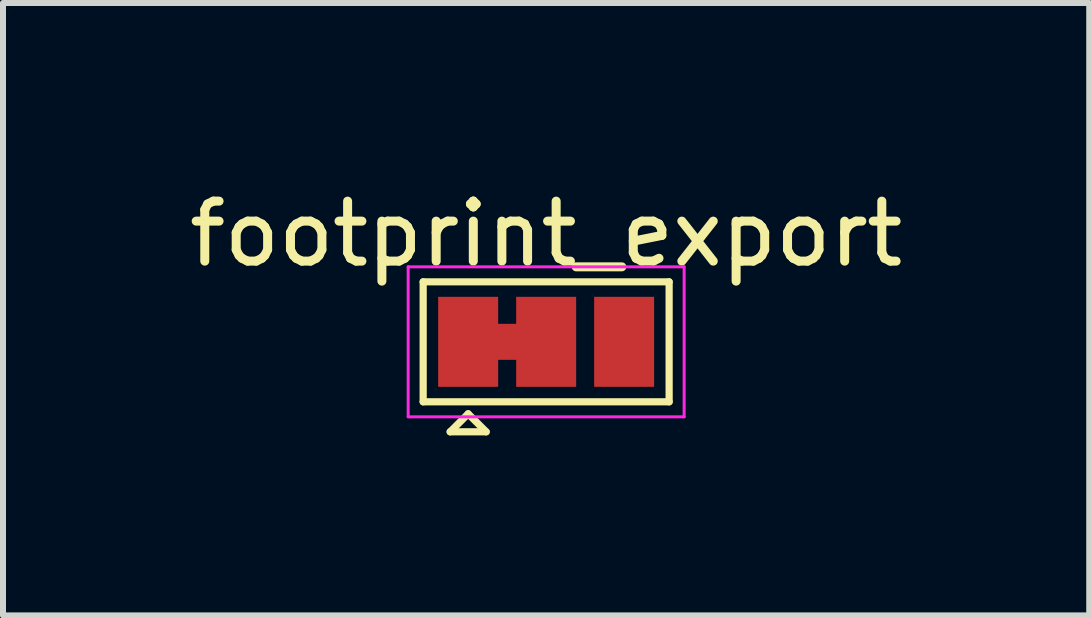
<source format=kicad_pcb>
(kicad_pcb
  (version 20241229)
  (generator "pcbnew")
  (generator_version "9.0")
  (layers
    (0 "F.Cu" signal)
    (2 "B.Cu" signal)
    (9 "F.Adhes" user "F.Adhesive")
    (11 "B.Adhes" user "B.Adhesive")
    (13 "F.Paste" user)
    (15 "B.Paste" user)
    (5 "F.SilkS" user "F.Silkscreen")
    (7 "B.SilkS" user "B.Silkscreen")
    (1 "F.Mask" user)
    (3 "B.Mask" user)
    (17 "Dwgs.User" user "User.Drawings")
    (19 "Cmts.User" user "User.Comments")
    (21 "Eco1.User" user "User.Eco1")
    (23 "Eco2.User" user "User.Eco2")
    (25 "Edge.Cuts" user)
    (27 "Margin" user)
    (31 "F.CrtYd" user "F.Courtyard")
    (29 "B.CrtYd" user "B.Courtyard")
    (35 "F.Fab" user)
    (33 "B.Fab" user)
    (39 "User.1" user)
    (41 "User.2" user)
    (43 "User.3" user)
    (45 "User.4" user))
  (footprint "footprint_export"
    (layer "F.Cu")
    (at 6.054 2.648)
    (property "Reference" "footprint_export" (at 0 -1.8 0) (layer "F.SilkS") (effects (font (size 1 1) (thickness 0.15))))
    (attr exclude_from_pos_files exclude_from_bom)
    (fp_poly (pts (xy -0.9 -0.3) (xy -0.4 -0.3) (xy -0.4 0.3) (xy -0.9 0.3)) (stroke (width 0) (type solid)) (fill yes) (layer "F.Cu"))
    (fp_line (start -2.05 -1) (end 2.05 -1) (stroke (width 0.12) (type solid)) (layer "F.SilkS"))
    (fp_line (start -2.05 1) (end -2.05 -1) (stroke (width 0.12) (type solid)) (layer "F.SilkS"))
    (fp_line (start -1.6 1.5) (end -1 1.5) (stroke (width 0.12) (type solid)) (layer "F.SilkS"))
    (fp_line (start -1.3 1.2) (end -1.6 1.5) (stroke (width 0.12) (type solid)) (layer "F.SilkS"))
    (fp_line (start -1.3 1.2) (end -1 1.5) (stroke (width 0.12) (type solid)) (layer "F.SilkS"))
    (fp_line (start 2.05 -1) (end 2.05 1) (stroke (width 0.12) (type solid)) (layer "F.SilkS"))
    (fp_line (start 2.05 1) (end -2.05 1) (stroke (width 0.12) (type solid)) (layer "F.SilkS"))
    (fp_line (start -2.3 -1.25) (end -2.3 1.25) (stroke (width 0.05) (type solid)) (layer "F.CrtYd"))
    (fp_line (start -2.3 -1.25) (end 2.3 -1.25) (stroke (width 0.05) (type solid)) (layer "F.CrtYd"))
    (fp_line (start 2.3 1.25) (end -2.3 1.25) (stroke (width 0.05) (type solid)) (layer "F.CrtYd"))
    (fp_line (start 2.3 1.25) (end 2.3 -1.25) (stroke (width 0.05) (type solid)) (layer "F.CrtYd"))
    (pad "1" smd rect (at -1.3 0) (size 1 1.5) (layers "F.Cu" "F.Mask"))
    (pad "2" smd rect (at 0 0) (size 1 1.5) (layers "F.Cu" "F.Mask"))
    (pad "3" smd rect (at 1.3 0) (size 1 1.5) (layers "F.Cu" "F.Mask")))
  (gr_rect
    (start -3 -3)
    (end 15.107 7.208)
    (stroke (width 0.1) (type default))
    (fill no)
    (layer "Edge.Cuts")))
</source>
